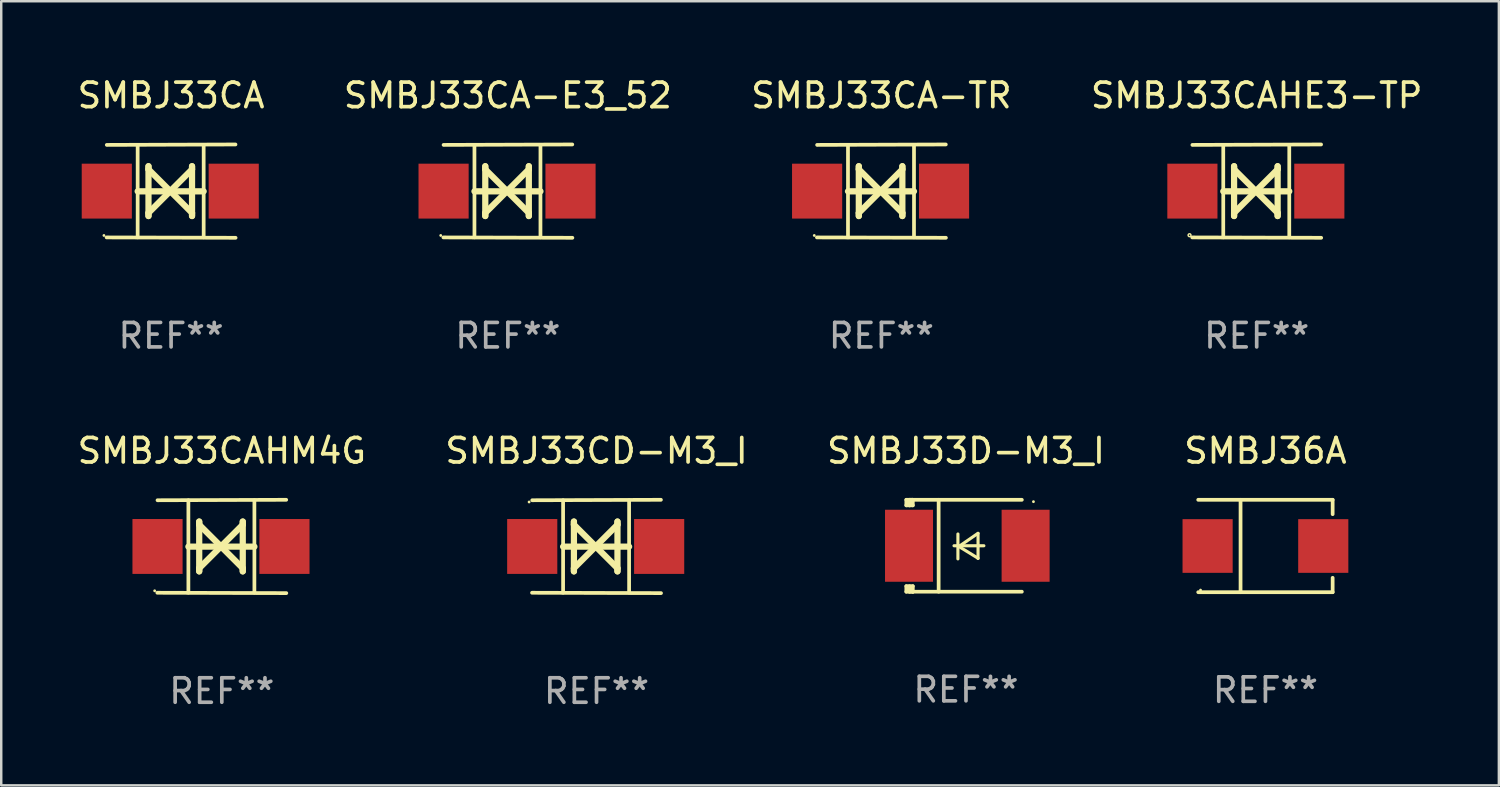
<source format=kicad_pcb>
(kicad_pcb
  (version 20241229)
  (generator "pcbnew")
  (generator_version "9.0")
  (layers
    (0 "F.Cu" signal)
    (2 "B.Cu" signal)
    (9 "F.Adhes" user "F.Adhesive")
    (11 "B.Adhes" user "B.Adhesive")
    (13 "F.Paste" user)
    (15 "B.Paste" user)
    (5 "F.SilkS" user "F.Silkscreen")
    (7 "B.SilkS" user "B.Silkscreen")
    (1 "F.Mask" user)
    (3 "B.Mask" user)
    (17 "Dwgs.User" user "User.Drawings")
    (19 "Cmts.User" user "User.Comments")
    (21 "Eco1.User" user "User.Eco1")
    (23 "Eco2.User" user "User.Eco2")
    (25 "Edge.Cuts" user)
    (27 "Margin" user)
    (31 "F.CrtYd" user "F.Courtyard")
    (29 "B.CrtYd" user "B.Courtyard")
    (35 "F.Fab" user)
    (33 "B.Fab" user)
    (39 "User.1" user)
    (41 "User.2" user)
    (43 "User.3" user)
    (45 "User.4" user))
  (footprint "SMBJ33CA"
    (layer "F.Cu")
    (at 3.935 4.753)
    (property "Reference" "SMBJ33CA" (at 0 -3.905 0) (layer "F.SilkS") (effects (font (size 1 1) (thickness 0.15))))
    (attr through_hole)
    (fp_line (start -1.365 1.886) (end -1.365 -1.886) (stroke (width 0.152) (type solid)) (layer "F.SilkS"))
    (fp_line (start -1.365 0.008) (end 1.33 0.008) (stroke (width 0.254) (type solid)) (layer "F.SilkS"))
    (fp_line (start -0.923 -1.016) (end -0.923 1.016) (stroke (width 0.254) (type solid)) (layer "F.SilkS"))
    (fp_line (start -0.923 -0.889) (end -0.923 -1.016) (stroke (width 0.254) (type solid)) (layer "F.SilkS"))
    (fp_line (start -0.923 0.889) (end -0.034 0) (stroke (width 0.254) (type solid)) (layer "F.SilkS"))
    (fp_line (start -0.923 1.016) (end -0.923 0.889) (stroke (width 0.254) (type solid)) (layer "F.SilkS"))
    (fp_line (start -0.034 0) (end -0.923 -0.889) (stroke (width 0.254) (type solid)) (layer "F.SilkS"))
    (fp_line (start -0.034 0) (end 0.855 0.889) (stroke (width 0.254) (type solid)) (layer "F.SilkS"))
    (fp_line (start 0.855 -1.016) (end 0.855 -0.889) (stroke (width 0.254) (type solid)) (layer "F.SilkS"))
    (fp_line (start 0.855 -0.889) (end -0.034 0) (stroke (width 0.254) (type solid)) (layer "F.SilkS"))
    (fp_line (start 0.855 0.889) (end 0.855 1.016) (stroke (width 0.254) (type solid)) (layer "F.SilkS"))
    (fp_line (start 0.855 1.016) (end 0.855 -1.016) (stroke (width 0.254) (type solid)) (layer "F.SilkS"))
    (fp_line (start 1.33 1.886) (end 1.33 -1.886) (stroke (width 0.152) (type solid)) (layer "F.SilkS"))
    (fp_line (start 2.629 -1.905) (end -2.625 -1.887) (stroke (width 0.152) (type solid)) (layer "F.SilkS"))
    (fp_line (start 2.633 1.905) (end -2.633 1.89) (stroke (width 0.152) (type solid)) (layer "F.SilkS"))
    (fp_circle (center -2.741 1.81) (end -2.711 1.81) (stroke (width 0.06) (type solid)) (fill no) (layer "F.SilkS"))
    (fp_text user "REF**" (at 0 5.905 0) (layer "F.Fab") (effects (font (size 1 1) (thickness 0.15))))
    (pad "1" smd rect (at -2.625 0) (size 2.047 2.241) (layers "F.Cu" "F.Mask" "F.Paste"))
    (pad "2" smd rect (at 2.557 0) (size 2.047 2.241) (layers "F.Cu" "F.Mask" "F.Paste")))
  (footprint "SMBJ33CD-M3_I"
    (layer "F.Cu")
    (at 21.304 19.26)
    (property "Reference" "SMBJ33CD-M3_I" (at 0 -3.905 0) (layer "F.SilkS") (effects (font (size 1 1) (thickness 0.15))))
    (attr through_hole)
    (fp_line (start -1.365 1.886) (end -1.365 -1.886) (stroke (width 0.152) (type solid)) (layer "F.SilkS"))
    (fp_line (start -1.365 0.008) (end 1.33 0.008) (stroke (width 0.254) (type solid)) (layer "F.SilkS"))
    (fp_line (start -0.923 -1.016) (end -0.923 1.016) (stroke (width 0.254) (type solid)) (layer "F.SilkS"))
    (fp_line (start -0.923 -0.889) (end -0.923 -1.016) (stroke (width 0.254) (type solid)) (layer "F.SilkS"))
    (fp_line (start -0.923 0.889) (end -0.034 0) (stroke (width 0.254) (type solid)) (layer "F.SilkS"))
    (fp_line (start -0.923 1.016) (end -0.923 0.889) (stroke (width 0.254) (type solid)) (layer "F.SilkS"))
    (fp_line (start -0.034 0) (end -0.923 -0.889) (stroke (width 0.254) (type solid)) (layer "F.SilkS"))
    (fp_line (start -0.034 0) (end 0.855 0.889) (stroke (width 0.254) (type solid)) (layer "F.SilkS"))
    (fp_line (start 0.855 -1.016) (end 0.855 -0.889) (stroke (width 0.254) (type solid)) (layer "F.SilkS"))
    (fp_line (start 0.855 -0.889) (end -0.034 0) (stroke (width 0.254) (type solid)) (layer "F.SilkS"))
    (fp_line (start 0.855 0.889) (end 0.855 1.016) (stroke (width 0.254) (type solid)) (layer "F.SilkS"))
    (fp_line (start 0.855 1.016) (end 0.855 -1.016) (stroke (width 0.254) (type solid)) (layer "F.SilkS"))
    (fp_line (start 1.33 1.886) (end 1.33 -1.886) (stroke (width 0.152) (type solid)) (layer "F.SilkS"))
    (fp_line (start 2.629 -1.905) (end -2.625 -1.887) (stroke (width 0.152) (type solid)) (layer "F.SilkS"))
    (fp_line (start 2.633 1.905) (end -2.633 1.89) (stroke (width 0.152) (type solid)) (layer "F.SilkS"))
    (fp_circle (center -2.753 -1.816) (end -2.723 -1.816) (stroke (width 0.06) (type solid)) (fill no) (layer "F.SilkS"))
    (fp_text user "REF**" (at 0 5.905 0) (layer "F.Fab") (effects (font (size 1 1) (thickness 0.15))))
    (pad "1" smd rect (at -2.625 0) (size 2.047 2.241) (layers "F.Cu" "F.Mask" "F.Paste"))
    (pad "2" smd rect (at 2.557 0) (size 2.047 2.241) (layers "F.Cu" "F.Mask" "F.Paste")))
  (footprint "SMBJ33CAHM4G"
    (layer "F.Cu")
    (at 6.006 19.26)
    (property "Reference" "SMBJ33CAHM4G" (at 0 -3.905 0) (layer "F.SilkS") (effects (font (size 1 1) (thickness 0.15))))
    (attr through_hole)
    (fp_line (start -1.365 1.886) (end -1.365 -1.886) (stroke (width 0.152) (type solid)) (layer "F.SilkS"))
    (fp_line (start -1.365 0.008) (end 1.33 0.008) (stroke (width 0.254) (type solid)) (layer "F.SilkS"))
    (fp_line (start -0.923 -1.016) (end -0.923 1.016) (stroke (width 0.254) (type solid)) (layer "F.SilkS"))
    (fp_line (start -0.923 -0.889) (end -0.923 -1.016) (stroke (width 0.254) (type solid)) (layer "F.SilkS"))
    (fp_line (start -0.923 0.889) (end -0.034 0) (stroke (width 0.254) (type solid)) (layer "F.SilkS"))
    (fp_line (start -0.923 1.016) (end -0.923 0.889) (stroke (width 0.254) (type solid)) (layer "F.SilkS"))
    (fp_line (start -0.034 0) (end -0.923 -0.889) (stroke (width 0.254) (type solid)) (layer "F.SilkS"))
    (fp_line (start -0.034 0) (end 0.855 0.889) (stroke (width 0.254) (type solid)) (layer "F.SilkS"))
    (fp_line (start 0.855 -1.016) (end 0.855 -0.889) (stroke (width 0.254) (type solid)) (layer "F.SilkS"))
    (fp_line (start 0.855 -0.889) (end -0.034 0) (stroke (width 0.254) (type solid)) (layer "F.SilkS"))
    (fp_line (start 0.855 0.889) (end 0.855 1.016) (stroke (width 0.254) (type solid)) (layer "F.SilkS"))
    (fp_line (start 0.855 1.016) (end 0.855 -1.016) (stroke (width 0.254) (type solid)) (layer "F.SilkS"))
    (fp_line (start 1.33 1.886) (end 1.33 -1.886) (stroke (width 0.152) (type solid)) (layer "F.SilkS"))
    (fp_line (start 2.629 -1.905) (end -2.625 -1.887) (stroke (width 0.152) (type solid)) (layer "F.SilkS"))
    (fp_line (start 2.633 1.905) (end -2.633 1.89) (stroke (width 0.152) (type solid)) (layer "F.SilkS"))
    (fp_circle (center -2.741 1.81) (end -2.711 1.81) (stroke (width 0.06) (type solid)) (fill no) (layer "F.SilkS"))
    (fp_text user "REF**" (at 0 5.905 0) (layer "F.Fab") (effects (font (size 1 1) (thickness 0.15))))
    (pad "1" smd rect (at -2.625 0) (size 2.047 2.241) (layers "F.Cu" "F.Mask" "F.Paste"))
    (pad "2" smd rect (at 2.557 0) (size 2.047 2.241) (layers "F.Cu" "F.Mask" "F.Paste")))
  (footprint "SMBJ33CA-E3_52"
    (layer "F.Cu")
    (at 17.685 4.753)
    (property "Reference" "SMBJ33CA-E3_52" (at 0 -3.905 0) (layer "F.SilkS") (effects (font (size 1 1) (thickness 0.15))))
    (attr through_hole)
    (fp_line (start -1.365 1.886) (end -1.365 -1.886) (stroke (width 0.152) (type solid)) (layer "F.SilkS"))
    (fp_line (start -1.365 0.008) (end 1.33 0.008) (stroke (width 0.254) (type solid)) (layer "F.SilkS"))
    (fp_line (start -0.923 -1.016) (end -0.923 1.016) (stroke (width 0.254) (type solid)) (layer "F.SilkS"))
    (fp_line (start -0.923 -0.889) (end -0.923 -1.016) (stroke (width 0.254) (type solid)) (layer "F.SilkS"))
    (fp_line (start -0.923 0.889) (end -0.034 0) (stroke (width 0.254) (type solid)) (layer "F.SilkS"))
    (fp_line (start -0.923 1.016) (end -0.923 0.889) (stroke (width 0.254) (type solid)) (layer "F.SilkS"))
    (fp_line (start -0.034 0) (end -0.923 -0.889) (stroke (width 0.254) (type solid)) (layer "F.SilkS"))
    (fp_line (start -0.034 0) (end 0.855 0.889) (stroke (width 0.254) (type solid)) (layer "F.SilkS"))
    (fp_line (start 0.855 -1.016) (end 0.855 -0.889) (stroke (width 0.254) (type solid)) (layer "F.SilkS"))
    (fp_line (start 0.855 -0.889) (end -0.034 0) (stroke (width 0.254) (type solid)) (layer "F.SilkS"))
    (fp_line (start 0.855 0.889) (end 0.855 1.016) (stroke (width 0.254) (type solid)) (layer "F.SilkS"))
    (fp_line (start 0.855 1.016) (end 0.855 -1.016) (stroke (width 0.254) (type solid)) (layer "F.SilkS"))
    (fp_line (start 1.33 1.886) (end 1.33 -1.886) (stroke (width 0.152) (type solid)) (layer "F.SilkS"))
    (fp_line (start 2.629 -1.905) (end -2.625 -1.887) (stroke (width 0.152) (type solid)) (layer "F.SilkS"))
    (fp_line (start 2.633 1.905) (end -2.633 1.89) (stroke (width 0.152) (type solid)) (layer "F.SilkS"))
    (fp_circle (center -2.741 1.81) (end -2.711 1.81) (stroke (width 0.06) (type solid)) (fill no) (layer "F.SilkS"))
    (fp_text user "REF**" (at 0 5.905 0) (layer "F.Fab") (effects (font (size 1 1) (thickness 0.15))))
    (pad "1" smd rect (at -2.625 0) (size 2.047 2.241) (layers "F.Cu" "F.Mask" "F.Paste"))
    (pad "2" smd rect (at 2.557 0) (size 2.047 2.241) (layers "F.Cu" "F.Mask" "F.Paste")))
  (footprint "SMBJ33CA-TR"
    (layer "F.Cu")
    (at 32.935 4.753)
    (property "Reference" "SMBJ33CA-TR" (at 0 -3.905 0) (layer "F.SilkS") (effects (font (size 1 1) (thickness 0.15))))
    (attr through_hole)
    (fp_line (start -1.365 1.886) (end -1.365 -1.886) (stroke (width 0.152) (type solid)) (layer "F.SilkS"))
    (fp_line (start -1.365 0.008) (end 1.33 0.008) (stroke (width 0.254) (type solid)) (layer "F.SilkS"))
    (fp_line (start -0.923 -1.016) (end -0.923 1.016) (stroke (width 0.254) (type solid)) (layer "F.SilkS"))
    (fp_line (start -0.923 -0.889) (end -0.923 -1.016) (stroke (width 0.254) (type solid)) (layer "F.SilkS"))
    (fp_line (start -0.923 0.889) (end -0.034 0) (stroke (width 0.254) (type solid)) (layer "F.SilkS"))
    (fp_line (start -0.923 1.016) (end -0.923 0.889) (stroke (width 0.254) (type solid)) (layer "F.SilkS"))
    (fp_line (start -0.034 0) (end -0.923 -0.889) (stroke (width 0.254) (type solid)) (layer "F.SilkS"))
    (fp_line (start -0.034 0) (end 0.855 0.889) (stroke (width 0.254) (type solid)) (layer "F.SilkS"))
    (fp_line (start 0.855 -1.016) (end 0.855 -0.889) (stroke (width 0.254) (type solid)) (layer "F.SilkS"))
    (fp_line (start 0.855 -0.889) (end -0.034 0) (stroke (width 0.254) (type solid)) (layer "F.SilkS"))
    (fp_line (start 0.855 0.889) (end 0.855 1.016) (stroke (width 0.254) (type solid)) (layer "F.SilkS"))
    (fp_line (start 0.855 1.016) (end 0.855 -1.016) (stroke (width 0.254) (type solid)) (layer "F.SilkS"))
    (fp_line (start 1.33 1.886) (end 1.33 -1.886) (stroke (width 0.152) (type solid)) (layer "F.SilkS"))
    (fp_line (start 2.629 -1.905) (end -2.625 -1.887) (stroke (width 0.152) (type solid)) (layer "F.SilkS"))
    (fp_line (start 2.633 1.905) (end -2.633 1.89) (stroke (width 0.152) (type solid)) (layer "F.SilkS"))
    (fp_circle (center -2.741 1.81) (end -2.711 1.81) (stroke (width 0.06) (type solid)) (fill no) (layer "F.SilkS"))
    (fp_text user "REF**" (at 0 5.905 0) (layer "F.Fab") (effects (font (size 1 1) (thickness 0.15))))
    (pad "1" smd rect (at -2.625 0) (size 2.047 2.241) (layers "F.Cu" "F.Mask" "F.Paste"))
    (pad "2" smd rect (at 2.557 0) (size 2.047 2.241) (layers "F.Cu" "F.Mask" "F.Paste")))
  (footprint "SMBJ33CAHE3-TP"
    (layer "F.Cu")
    (at 48.256 4.753)
    (property "Reference" "SMBJ33CAHE3-TP" (at 0 -3.905 0) (layer "F.SilkS") (effects (font (size 1 1) (thickness 0.15))))
    (attr through_hole)
    (fp_line (start -1.365 1.886) (end -1.365 -1.886) (stroke (width 0.152) (type solid)) (layer "F.SilkS"))
    (fp_line (start -1.365 0.008) (end 1.33 0.008) (stroke (width 0.254) (type solid)) (layer "F.SilkS"))
    (fp_line (start -0.923 -1.016) (end -0.923 1.016) (stroke (width 0.254) (type solid)) (layer "F.SilkS"))
    (fp_line (start -0.923 -0.889) (end -0.923 -1.016) (stroke (width 0.254) (type solid)) (layer "F.SilkS"))
    (fp_line (start -0.923 0.889) (end -0.034 0) (stroke (width 0.254) (type solid)) (layer "F.SilkS"))
    (fp_line (start -0.923 1.016) (end -0.923 0.889) (stroke (width 0.254) (type solid)) (layer "F.SilkS"))
    (fp_line (start -0.034 0) (end -0.923 -0.889) (stroke (width 0.254) (type solid)) (layer "F.SilkS"))
    (fp_line (start -0.034 0) (end 0.855 0.889) (stroke (width 0.254) (type solid)) (layer "F.SilkS"))
    (fp_line (start 0.855 -1.016) (end 0.855 -0.889) (stroke (width 0.254) (type solid)) (layer "F.SilkS"))
    (fp_line (start 0.855 -0.889) (end -0.034 0) (stroke (width 0.254) (type solid)) (layer "F.SilkS"))
    (fp_line (start 0.855 0.889) (end 0.855 1.016) (stroke (width 0.254) (type solid)) (layer "F.SilkS"))
    (fp_line (start 0.855 1.016) (end 0.855 -1.016) (stroke (width 0.254) (type solid)) (layer "F.SilkS"))
    (fp_line (start 1.33 1.886) (end 1.33 -1.886) (stroke (width 0.152) (type solid)) (layer "F.SilkS"))
    (fp_line (start 2.629 -1.905) (end -2.625 -1.887) (stroke (width 0.152) (type solid)) (layer "F.SilkS"))
    (fp_line (start 2.633 1.905) (end -2.633 1.89) (stroke (width 0.152) (type solid)) (layer "F.SilkS"))
    (fp_circle (center -2.741 1.8) (end -2.712 1.8) (stroke (width 0.06) (type solid)) (fill no) (layer "F.SilkS"))
    (fp_text user "REF**" (at 0 5.905 0) (layer "F.Fab") (effects (font (size 1 1) (thickness 0.15))))
    (pad "1" smd rect (at -2.625 0) (size 2.047 2.241) (layers "F.Cu" "F.Mask" "F.Paste"))
    (pad "2" smd rect (at 2.557 0) (size 2.047 2.241) (layers "F.Cu" "F.Mask" "F.Paste")))
  (footprint "SMBJ33D-M3_I"
    (layer "F.Cu")
    (at 36.387 19.231)
    (property "Reference" "SMBJ33D-M3_I" (at 0 -3.876 0) (layer "F.SilkS") (effects (font (size 1 1) (thickness 0.15))))
    (attr through_hole)
    (fp_line (start -2.435 1.65) (end -2.171 1.65) (stroke (width 0.152) (type solid)) (layer "F.SilkS"))
    (fp_line (start -2.435 1.876) (end -2.435 1.65) (stroke (width 0.152) (type solid)) (layer "F.SilkS"))
    (fp_line (start -2.435 -1.876) (end -2.171 -1.876) (stroke (width 0.152) (type solid)) (layer "F.SilkS"))
    (fp_line (start -2.435 -1.65) (end -2.435 -1.876) (stroke (width 0.152) (type solid)) (layer "F.SilkS"))
    (fp_line (start -2.305 -1.866) (end -2.295 -1.876) (stroke (width 0.152) (type solid)) (layer "F.SilkS"))
    (fp_line (start -2.305 -1.65) (end -2.305 -1.866) (stroke (width 0.152) (type solid)) (layer "F.SilkS"))
    (fp_line (start -2.305 1.876) (end -2.305 1.65) (stroke (width 0.152) (type solid)) (layer "F.SilkS"))
    (fp_line (start -2.295 -1.876) (end -2.295 -1.65) (stroke (width 0.152) (type solid)) (layer "F.SilkS"))
    (fp_line (start -2.171 1.876) (end -2.435 1.876) (stroke (width 0.152) (type solid)) (layer "F.SilkS"))
    (fp_line (start -2.171 -1.65) (end -2.435 -1.65) (stroke (width 0.152) (type solid)) (layer "F.SilkS"))
    (fp_line (start -2.171 -1.876) (end -2.295 -1.876) (stroke (width 0.152) (type solid)) (layer "F.SilkS"))
    (fp_line (start -2.171 -1.65) (end -2.171 -1.876) (stroke (width 0.152) (type solid)) (layer "F.SilkS"))
    (fp_line (start -2.171 1.876) (end -2.305 1.876) (stroke (width 0.152) (type solid)) (layer "F.SilkS"))
    (fp_line (start -2.171 1.876) (end -2.171 1.65) (stroke (width 0.152) (type solid)) (layer "F.SilkS"))
    (fp_line (start -1.116 1.876) (end -1.116 -1.876) (stroke (width 0.152) (type solid)) (layer "F.SilkS"))
    (fp_line (start -0.488 0.000102) (end 0.731 0.000102) (stroke (width 0.127) (type solid)) (layer "F.SilkS"))
    (fp_line (start -0.329 -0.48) (end -0.329 0.536) (stroke (width 0.127) (type solid)) (layer "F.SilkS"))
    (fp_line (start -0.29 0.03) (end 0.493 0.51) (stroke (width 0.127) (type solid)) (layer "F.SilkS"))
    (fp_line (start 0.493 -0.51) (end -0.29 0.03) (stroke (width 0.127) (type solid)) (layer "F.SilkS"))
    (fp_line (start 0.493 0.52) (end 0.493 -0.496) (stroke (width 0.127) (type solid)) (layer "F.SilkS"))
    (fp_line (start 2.281 -1.876) (end -2.171 -1.876) (stroke (width 0.152) (type solid)) (layer "F.SilkS"))
    (fp_line (start 2.281 1.876) (end -2.171 1.876) (stroke (width 0.152) (type solid)) (layer "F.SilkS"))
    (fp_circle (center 2.755 -1.8) (end 2.785 -1.8) (stroke (width 0.06) (type solid)) (fill no) (layer "F.SilkS"))
    (fp_text user "REF**" (at 0 5.876 0) (layer "F.Fab") (effects (font (size 1 1) (thickness 0.15))))
    (pad "1" smd rect (at 2.435 -0.000025 180) (size 1.96 2.94) (layers "F.Cu" "F.Mask" "F.Paste"))
    (pad "2" smd rect (at -2.325 -0.000025 180) (size 1.96 2.94) (layers "F.Cu" "F.Mask" "F.Paste")))
  (footprint "SMBJ36A"
    (layer "F.Cu")
    (at 48.613 19.241)
    (property "Reference" "SMBJ36A" (at 0 -3.886 0) (layer "F.SilkS") (effects (font (size 1 1) (thickness 0.15))))
    (attr through_hole)
    (fp_line (start -2.744 -1.886) (end 2.744 -1.886) (stroke (width 0.152) (type solid)) (layer "F.SilkS"))
    (fp_line (start -2.744 1.886) (end 2.744 1.886) (stroke (width 0.152) (type solid)) (layer "F.SilkS"))
    (fp_line (start -1.016 -1.886) (end -1.016 1.886) (stroke (width 0.152) (type solid)) (layer "F.SilkS"))
    (fp_line (start 2.744 -1.886) (end 2.744 -1.299) (stroke (width 0.152) (type solid)) (layer "F.SilkS"))
    (fp_line (start 2.744 1.886) (end 2.744 1.299) (stroke (width 0.152) (type solid)) (layer "F.SilkS"))
    (fp_circle (center -2.65 1.8) (end -2.62 1.8) (stroke (width 0.06) (type solid)) (fill no) (layer "F.SilkS"))
    (fp_text user "REF**" (at 0 5.886 0) (layer "F.Fab") (effects (font (size 1 1) (thickness 0.15))))
    (pad "1" smd rect (at -2.361 0) (size 2.047 2.192) (layers "F.Cu" "F.Mask" "F.Paste"))
    (pad "2" smd rect (at 2.361 0) (size 2.047 2.192) (layers "F.Cu" "F.Mask" "F.Paste")))
  (gr_rect
    (start -3 -3)
    (end 58.143 29.013)
    (stroke (width 0.1) (type default))
    (fill no)
    (layer "Edge.Cuts")))
</source>
